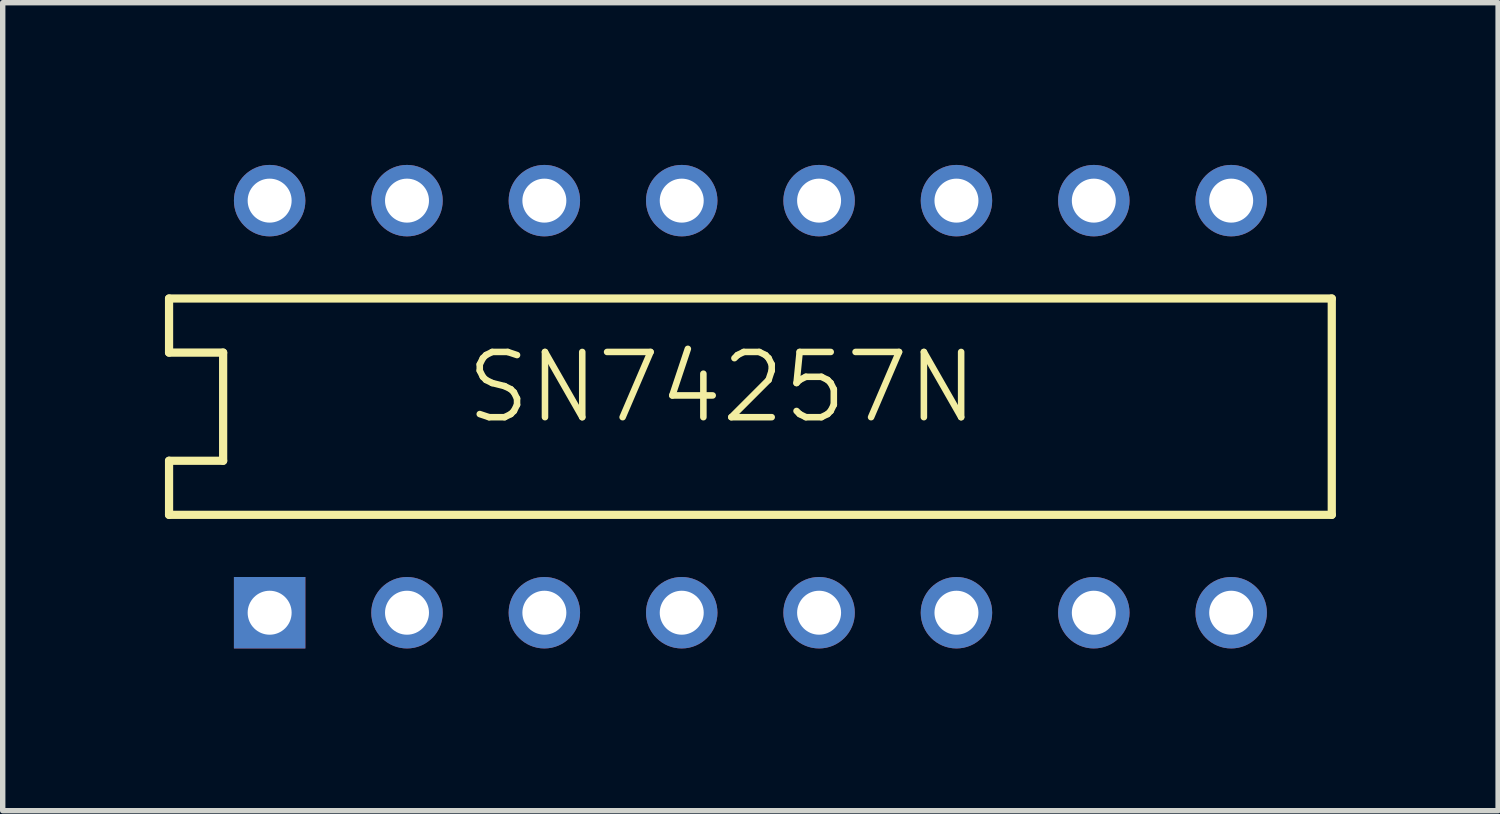
<source format=kicad_pcb>
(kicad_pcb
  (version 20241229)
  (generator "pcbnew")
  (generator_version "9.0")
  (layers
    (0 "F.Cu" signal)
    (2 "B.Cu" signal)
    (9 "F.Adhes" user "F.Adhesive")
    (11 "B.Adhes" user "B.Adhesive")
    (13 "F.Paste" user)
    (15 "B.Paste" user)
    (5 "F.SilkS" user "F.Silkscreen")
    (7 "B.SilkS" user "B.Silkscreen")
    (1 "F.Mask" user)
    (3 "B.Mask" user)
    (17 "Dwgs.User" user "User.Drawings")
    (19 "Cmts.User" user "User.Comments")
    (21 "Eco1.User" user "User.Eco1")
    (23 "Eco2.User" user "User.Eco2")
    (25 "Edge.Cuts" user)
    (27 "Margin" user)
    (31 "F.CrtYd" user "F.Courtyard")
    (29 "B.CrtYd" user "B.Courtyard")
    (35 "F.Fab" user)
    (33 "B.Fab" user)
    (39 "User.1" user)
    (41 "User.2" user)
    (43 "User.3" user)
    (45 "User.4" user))
  (footprint "SN74257N"
    (layer "F.Cu")
    (at 1.936 8.28)
    (property "Reference" "SN74257N" (at 3.576 -3.462 180) (layer "F.SilkS") (effects (font (size 1.206 1.206) (thickness 0.121)) (justify left bottom)))
    (attr through_hole)
    (fp_line (start -1.86 -5.81) (end -1.86 -4.81) (stroke (width 0.152) (type solid)) (layer "F.SilkS"))
    (fp_line (start -1.86 -4.81) (end -0.86 -4.81) (stroke (width 0.152) (type solid)) (layer "F.SilkS"))
    (fp_line (start -1.86 -2.81) (end -0.86 -2.81) (stroke (width 0.152) (type solid)) (layer "F.SilkS"))
    (fp_line (start -1.86 -1.81) (end -1.86 -2.81) (stroke (width 0.152) (type solid)) (layer "F.SilkS"))
    (fp_line (start -1.86 -1.81) (end 19.64 -1.81) (stroke (width 0.152) (type solid)) (layer "F.SilkS"))
    (fp_line (start -0.86 -2.81) (end -0.86 -4.81) (stroke (width 0.152) (type solid)) (layer "F.SilkS"))
    (fp_line (start 19.64 -5.81) (end -1.86 -5.81) (stroke (width 0.152) (type solid)) (layer "F.SilkS"))
    (fp_line (start 19.64 -5.81) (end 19.64 -1.81) (stroke (width 0.152) (type solid)) (layer "F.SilkS"))
    (pad "1" thru_hole rect (at 0 0 90) (size 1.321 1.321) (drill 0.813) (layers "*.Cu" "*.Mask"))
    (pad "2" thru_hole circle (at 2.54 0 90) (size 1.321 1.321) (drill 0.813) (layers "*.Cu" "*.Mask"))
    (pad "3" thru_hole circle (at 5.08 0 90) (size 1.321 1.321) (drill 0.813) (layers "*.Cu" "*.Mask"))
    (pad "4" thru_hole circle (at 7.62 0 90) (size 1.321 1.321) (drill 0.813) (layers "*.Cu" "*.Mask"))
    (pad "5" thru_hole circle (at 10.16 0 90) (size 1.321 1.321) (drill 0.813) (layers "*.Cu" "*.Mask"))
    (pad "6" thru_hole circle (at 12.7 0 90) (size 1.321 1.321) (drill 0.813) (layers "*.Cu" "*.Mask"))
    (pad "7" thru_hole circle (at 15.24 0 90) (size 1.321 1.321) (drill 0.813) (layers "*.Cu" "*.Mask"))
    (pad "8" thru_hole circle (at 17.78 0 90) (size 1.321 1.321) (drill 0.813) (layers "*.Cu" "*.Mask"))
    (pad "9" thru_hole circle (at 17.78 -7.62 90) (size 1.321 1.321) (drill 0.813) (layers "*.Cu" "*.Mask"))
    (pad "10" thru_hole circle (at 15.24 -7.62 90) (size 1.321 1.321) (drill 0.813) (layers "*.Cu" "*.Mask"))
    (pad "11" thru_hole circle (at 12.7 -7.62 90) (size 1.321 1.321) (drill 0.813) (layers "*.Cu" "*.Mask"))
    (pad "12" thru_hole circle (at 10.16 -7.62 90) (size 1.321 1.321) (drill 0.813) (layers "*.Cu" "*.Mask"))
    (pad "13" thru_hole circle (at 7.62 -7.62 90) (size 1.321 1.321) (drill 0.813) (layers "*.Cu" "*.Mask"))
    (pad "14" thru_hole circle (at 5.08 -7.62 90) (size 1.321 1.321) (drill 0.813) (layers "*.Cu" "*.Mask"))
    (pad "15" thru_hole circle (at 2.54 -7.62 90) (size 1.321 1.321) (drill 0.813) (layers "*.Cu" "*.Mask"))
    (pad "16" thru_hole circle (at 0 -7.62 90) (size 1.321 1.321) (drill 0.813) (layers "*.Cu" "*.Mask")))
  (gr_rect
    (start -3 -3)
    (end 24.652 11.941)
    (stroke (width 0.1) (type default))
    (fill no)
    (layer "Edge.Cuts")))
</source>
